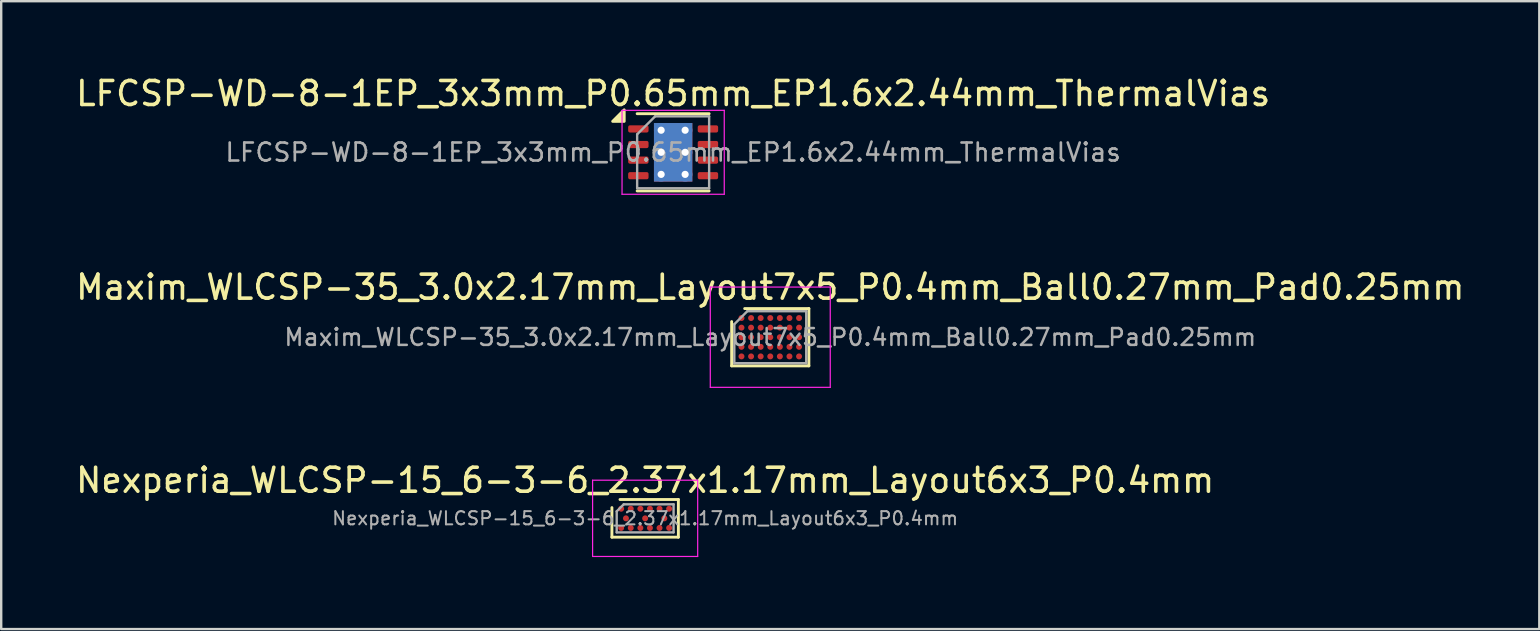
<source format=kicad_pcb>
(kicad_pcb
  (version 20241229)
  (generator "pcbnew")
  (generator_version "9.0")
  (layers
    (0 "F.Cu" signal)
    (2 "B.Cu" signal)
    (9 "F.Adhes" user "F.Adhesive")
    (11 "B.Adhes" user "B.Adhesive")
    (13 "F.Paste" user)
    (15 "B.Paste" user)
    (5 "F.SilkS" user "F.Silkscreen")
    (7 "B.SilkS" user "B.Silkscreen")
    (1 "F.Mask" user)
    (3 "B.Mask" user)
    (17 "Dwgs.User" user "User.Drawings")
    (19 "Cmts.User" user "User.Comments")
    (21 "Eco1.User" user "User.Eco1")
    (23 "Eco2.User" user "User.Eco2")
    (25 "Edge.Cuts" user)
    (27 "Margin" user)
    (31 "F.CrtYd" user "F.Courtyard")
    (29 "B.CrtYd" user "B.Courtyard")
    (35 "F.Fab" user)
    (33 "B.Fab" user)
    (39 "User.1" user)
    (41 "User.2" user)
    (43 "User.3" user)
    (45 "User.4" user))
  (footprint "Nexperia_WLCSP-15_6-3-6_2.37x1.17mm_Layout6x3_P0.4mm"
    (layer "F.Cu")
    (at 23.839 18.554)
    (property "Reference" "Nexperia_WLCSP-15_6-3-6_2.37x1.17mm_Layout6x3_P0.4mm" (at 0 -1.585 0) (layer "F.SilkS") (effects (font (size 1 1) (thickness 0.15))))
    (attr smd)
    (fp_line (start -1.385 0.785) (end -1.385 -0.448) (stroke (width 0.12) (type solid)) (layer "F.SilkS"))
    (fp_line (start -1.048 -0.785) (end 1.385 -0.785) (stroke (width 0.12) (type solid)) (layer "F.SilkS"))
    (fp_line (start 1.385 -0.785) (end 1.385 0.785) (stroke (width 0.12) (type solid)) (layer "F.SilkS"))
    (fp_line (start 1.385 0.785) (end -1.385 0.785) (stroke (width 0.12) (type solid)) (layer "F.SilkS"))
    (fp_line (start -2.19 -1.59) (end -2.19 1.59) (stroke (width 0.05) (type solid)) (layer "F.CrtYd"))
    (fp_line (start -2.19 1.59) (end 2.19 1.59) (stroke (width 0.05) (type solid)) (layer "F.CrtYd"))
    (fp_line (start 2.19 -1.59) (end -2.19 -1.59) (stroke (width 0.05) (type solid)) (layer "F.CrtYd"))
    (fp_line (start 2.19 1.59) (end 2.19 -1.59) (stroke (width 0.05) (type solid)) (layer "F.CrtYd"))
    (fp_line (start -1.185 -0.292) (end -0.892 -0.585) (stroke (width 0.1) (type solid)) (layer "F.Fab"))
    (fp_line (start -1.185 0.585) (end -1.185 -0.292) (stroke (width 0.1) (type solid)) (layer "F.Fab"))
    (fp_line (start -0.892 -0.585) (end 1.185 -0.585) (stroke (width 0.1) (type solid)) (layer "F.Fab"))
    (fp_line (start 1.185 -0.585) (end 1.185 0.585) (stroke (width 0.1) (type solid)) (layer "F.Fab"))
    (fp_line (start 1.185 0.585) (end -1.185 0.585) (stroke (width 0.1) (type solid)) (layer "F.Fab"))
    (fp_text user "${REFERENCE}" (at 0 0 0) (layer "F.Fab") (effects (font (size 0.55 0.55) (thickness 0.083))))
    (pad "A1" smd circle (at -1 -0.4) (size 0.25 0.25) (layers "F.Cu" "F.Mask" "F.Paste"))
    (pad "A2" smd circle (at -0.6 -0.4) (size 0.25 0.25) (layers "F.Cu" "F.Mask" "F.Paste"))
    (pad "A3" smd circle (at -0.2 -0.4) (size 0.25 0.25) (layers "F.Cu" "F.Mask" "F.Paste"))
    (pad "A4" smd circle (at 0.2 -0.4) (size 0.25 0.25) (layers "F.Cu" "F.Mask" "F.Paste"))
    (pad "A5" smd circle (at 0.6 -0.4) (size 0.25 0.25) (layers "F.Cu" "F.Mask" "F.Paste"))
    (pad "A6" smd circle (at 1 -0.4) (size 0.25 0.25) (layers "F.Cu" "F.Mask" "F.Paste"))
    (pad "B1" smd circle (at -0.8 0) (size 0.25 0.25) (layers "F.Cu" "F.Mask" "F.Paste"))
    (pad "B2" smd circle (at 0 0) (size 0.25 0.25) (layers "F.Cu" "F.Mask" "F.Paste"))
    (pad "B3" smd circle (at 0.8 0) (size 0.25 0.25) (layers "F.Cu" "F.Mask" "F.Paste"))
    (pad "C1" smd circle (at -1 0.4) (size 0.25 0.25) (layers "F.Cu" "F.Mask" "F.Paste"))
    (pad "C2" smd circle (at -0.6 0.4) (size 0.25 0.25) (layers "F.Cu" "F.Mask" "F.Paste"))
    (pad "C3" smd circle (at -0.2 0.4) (size 0.25 0.25) (layers "F.Cu" "F.Mask" "F.Paste"))
    (pad "C4" smd circle (at 0.2 0.4) (size 0.25 0.25) (layers "F.Cu" "F.Mask" "F.Paste"))
    (pad "C5" smd circle (at 0.6 0.4) (size 0.25 0.25) (layers "F.Cu" "F.Mask" "F.Paste"))
    (pad "C6" smd circle (at 1 0.4) (size 0.25 0.25) (layers "F.Cu" "F.Mask" "F.Paste")))
  (footprint "LFCSP-WD-8-1EP_3x3mm_P0.65mm_EP1.6x2.44mm_ThermalVias"
    (layer "F.Cu")
    (at 25.006 3.298)
    (property "Reference" "LFCSP-WD-8-1EP_3x3mm_P0.65mm_EP1.6x2.44mm_ThermalVias" (at 0 -2.45 0) (layer "F.SilkS") (effects (font (size 1 1) (thickness 0.15))))
    (attr smd)
    (fp_line (start -1.5 -1.61) (end 1.5 -1.61) (stroke (width 0.12) (type solid)) (layer "F.SilkS"))
    (fp_line (start -1.5 1.61) (end 1.5 1.61) (stroke (width 0.12) (type solid)) (layer "F.SilkS"))
    (fp_poly (pts (xy -2.04 -1.29) (xy -2.52 -1.29) (xy -2.04 -1.77) (xy -2.04 -1.29)) (stroke (width 0.12) (type solid)) (fill yes) (layer "F.SilkS"))
    (fp_line (start -2.13 -1.75) (end -2.13 1.75) (stroke (width 0.05) (type solid)) (layer "F.CrtYd"))
    (fp_line (start -2.13 1.75) (end 2.13 1.75) (stroke (width 0.05) (type solid)) (layer "F.CrtYd"))
    (fp_line (start 2.13 -1.75) (end -2.13 -1.75) (stroke (width 0.05) (type solid)) (layer "F.CrtYd"))
    (fp_line (start 2.13 1.75) (end 2.13 -1.75) (stroke (width 0.05) (type solid)) (layer "F.CrtYd"))
    (fp_line (start -1.5 -0.75) (end -0.75 -1.5) (stroke (width 0.1) (type solid)) (layer "F.Fab"))
    (fp_line (start -1.5 1.5) (end -1.5 -0.75) (stroke (width 0.1) (type solid)) (layer "F.Fab"))
    (fp_line (start -0.75 -1.5) (end 1.5 -1.5) (stroke (width 0.1) (type solid)) (layer "F.Fab"))
    (fp_line (start 1.5 -1.5) (end 1.5 1.5) (stroke (width 0.1) (type solid)) (layer "F.Fab"))
    (fp_line (start 1.5 1.5) (end -1.5 1.5) (stroke (width 0.1) (type solid)) (layer "F.Fab"))
    (fp_text user "${REFERENCE}" (at 0 0 0) (layer "F.Fab") (effects (font (size 0.75 0.75) (thickness 0.11))))
    (pad "" smd roundrect (at -0.4 -0.81) (size 0.64 0.66) (layers "F.Paste") (roundrect_rratio 0.25))
    (pad "" smd roundrect (at -0.4 0) (size 0.64 0.66) (layers "F.Paste") (roundrect_rratio 0.25))
    (pad "" smd roundrect (at -0.4 0.81) (size 0.64 0.66) (layers "F.Paste") (roundrect_rratio 0.25))
    (pad "" smd roundrect (at 0.4 -0.81) (size 0.64 0.66) (layers "F.Paste") (roundrect_rratio 0.25))
    (pad "" smd roundrect (at 0.4 0) (size 0.64 0.66) (layers "F.Paste") (roundrect_rratio 0.25))
    (pad "" smd roundrect (at 0.4 0.81) (size 0.64 0.66) (layers "F.Paste") (roundrect_rratio 0.25))
    (pad "1" smd roundrect (at -1.45 -0.975) (size 0.85 0.3) (layers "F.Cu" "F.Mask" "F.Paste") (roundrect_rratio 0.25))
    (pad "2" smd roundrect (at -1.45 -0.325) (size 0.85 0.3) (layers "F.Cu" "F.Mask" "F.Paste") (roundrect_rratio 0.25))
    (pad "3" smd roundrect (at -1.45 0.325) (size 0.85 0.3) (layers "F.Cu" "F.Mask" "F.Paste") (roundrect_rratio 0.25))
    (pad "4" smd roundrect (at -1.45 0.975) (size 0.85 0.3) (layers "F.Cu" "F.Mask" "F.Paste") (roundrect_rratio 0.25))
    (pad "5" smd roundrect (at 1.45 0.975) (size 0.85 0.3) (layers "F.Cu" "F.Mask" "F.Paste") (roundrect_rratio 0.25))
    (pad "6" smd roundrect (at 1.45 0.325) (size 0.85 0.3) (layers "F.Cu" "F.Mask" "F.Paste") (roundrect_rratio 0.25))
    (pad "7" smd roundrect (at 1.45 -0.325) (size 0.85 0.3) (layers "F.Cu" "F.Mask" "F.Paste") (roundrect_rratio 0.25))
    (pad "8" smd roundrect (at 1.45 -0.975) (size 0.85 0.3) (layers "F.Cu" "F.Mask" "F.Paste") (roundrect_rratio 0.25))
    (pad "9" thru_hole circle (at -0.5 -0.92) (size 0.6 0.6) (drill 0.3) (property pad_prop_heatsink) (layers "*.Cu"))
    (pad "9" thru_hole circle (at -0.5 0) (size 0.6 0.6) (drill 0.3) (property pad_prop_heatsink) (layers "*.Cu"))
    (pad "9" thru_hole circle (at -0.5 0.92) (size 0.6 0.6) (drill 0.3) (property pad_prop_heatsink) (layers "*.Cu"))
    (pad "9" smd rect (at 0 0) (size 1.6 2.44) (property pad_prop_heatsink) (layers "F.Cu" "F.Mask"))
    (pad "9" smd rect (at 0 0) (size 1.6 2.44) (property pad_prop_heatsink) (layers "B.Cu"))
    (pad "9" thru_hole circle (at 0.5 -0.92) (size 0.6 0.6) (drill 0.3) (property pad_prop_heatsink) (layers "*.Cu"))
    (pad "9" thru_hole circle (at 0.5 0) (size 0.6 0.6) (drill 0.3) (property pad_prop_heatsink) (layers "*.Cu"))
    (pad "9" thru_hole circle (at 0.5 0.92) (size 0.6 0.6) (drill 0.3) (property pad_prop_heatsink) (layers "*.Cu")))
  (footprint "Maxim_WLCSP-35_3.0x2.17mm_Layout7x5_P0.4mm_Ball0.27mm_Pad0.25mm"
    (layer "F.Cu")
    (at 29.054 11.005)
    (property "Reference" "Maxim_WLCSP-35_3.0x2.17mm_Layout7x5_P0.4mm_Ball0.27mm_Pad0.25mm" (at 0 -2.084 0) (layer "F.SilkS") (effects (font (size 1 1) (thickness 0.15))))
    (attr smd)
    (fp_line (start -1.609 1.194) (end -1.609 -0.652) (stroke (width 0.12) (type solid)) (layer "F.SilkS"))
    (fp_line (start -1.067 -1.194) (end 1.609 -1.194) (stroke (width 0.12) (type solid)) (layer "F.SilkS"))
    (fp_line (start 1.609 -1.194) (end 1.609 1.194) (stroke (width 0.12) (type solid)) (layer "F.SilkS"))
    (fp_line (start 1.609 1.194) (end -1.609 1.194) (stroke (width 0.12) (type solid)) (layer "F.SilkS"))
    (fp_line (start -2.5 -2.09) (end -2.5 2.09) (stroke (width 0.05) (type solid)) (layer "F.CrtYd"))
    (fp_line (start -2.5 2.09) (end 2.5 2.09) (stroke (width 0.05) (type solid)) (layer "F.CrtYd"))
    (fp_line (start 2.5 -2.09) (end -2.5 -2.09) (stroke (width 0.05) (type solid)) (layer "F.CrtYd"))
    (fp_line (start 2.5 2.09) (end 2.5 -2.09) (stroke (width 0.05) (type solid)) (layer "F.CrtYd"))
    (fp_line (start -1.499 -0.542) (end -0.957 -1.084) (stroke (width 0.1) (type solid)) (layer "F.Fab"))
    (fp_line (start -1.499 1.084) (end -1.499 -0.542) (stroke (width 0.1) (type solid)) (layer "F.Fab"))
    (fp_line (start -0.957 -1.084) (end 1.499 -1.084) (stroke (width 0.1) (type solid)) (layer "F.Fab"))
    (fp_line (start 1.499 -1.084) (end 1.499 1.084) (stroke (width 0.1) (type solid)) (layer "F.Fab"))
    (fp_line (start 1.499 1.084) (end -1.499 1.084) (stroke (width 0.1) (type solid)) (layer "F.Fab"))
    (fp_text user "${REFERENCE}" (at 0 0 0) (layer "F.Fab") (effects (font (size 0.7 0.7) (thickness 0.105))))
    (pad "A1" smd circle (at -1.2 -0.8) (size 0.25 0.25) (layers "F.Cu" "F.Mask" "F.Paste"))
    (pad "A2" smd circle (at -0.8 -0.8) (size 0.25 0.25) (layers "F.Cu" "F.Mask" "F.Paste"))
    (pad "A3" smd circle (at -0.4 -0.8) (size 0.25 0.25) (layers "F.Cu" "F.Mask" "F.Paste"))
    (pad "A4" smd circle (at 0 -0.8) (size 0.25 0.25) (layers "F.Cu" "F.Mask" "F.Paste"))
    (pad "A5" smd circle (at 0.4 -0.8) (size 0.25 0.25) (layers "F.Cu" "F.Mask" "F.Paste"))
    (pad "A6" smd circle (at 0.8 -0.8) (size 0.25 0.25) (layers "F.Cu" "F.Mask" "F.Paste"))
    (pad "A7" smd circle (at 1.2 -0.8) (size 0.25 0.25) (layers "F.Cu" "F.Mask" "F.Paste"))
    (pad "B1" smd circle (at -1.2 -0.4) (size 0.25 0.25) (layers "F.Cu" "F.Mask" "F.Paste"))
    (pad "B2" smd circle (at -0.8 -0.4) (size 0.25 0.25) (layers "F.Cu" "F.Mask" "F.Paste"))
    (pad "B3" smd circle (at -0.4 -0.4) (size 0.25 0.25) (layers "F.Cu" "F.Mask" "F.Paste"))
    (pad "B4" smd circle (at 0 -0.4) (size 0.25 0.25) (layers "F.Cu" "F.Mask" "F.Paste"))
    (pad "B5" smd circle (at 0.4 -0.4) (size 0.25 0.25) (layers "F.Cu" "F.Mask" "F.Paste"))
    (pad "B6" smd circle (at 0.8 -0.4) (size 0.25 0.25) (layers "F.Cu" "F.Mask" "F.Paste"))
    (pad "B7" smd circle (at 1.2 -0.4) (size 0.25 0.25) (layers "F.Cu" "F.Mask" "F.Paste"))
    (pad "C1" smd circle (at -1.2 0) (size 0.25 0.25) (layers "F.Cu" "F.Mask" "F.Paste"))
    (pad "C2" smd circle (at -0.8 0) (size 0.25 0.25) (layers "F.Cu" "F.Mask" "F.Paste"))
    (pad "C3" smd circle (at -0.4 0) (size 0.25 0.25) (layers "F.Cu" "F.Mask" "F.Paste"))
    (pad "C4" smd circle (at 0 0) (size 0.25 0.25) (layers "F.Cu" "F.Mask" "F.Paste"))
    (pad "C5" smd circle (at 0.4 0) (size 0.25 0.25) (layers "F.Cu" "F.Mask" "F.Paste"))
    (pad "C6" smd circle (at 0.8 0) (size 0.25 0.25) (layers "F.Cu" "F.Mask" "F.Paste"))
    (pad "C7" smd circle (at 1.2 0) (size 0.25 0.25) (layers "F.Cu" "F.Mask" "F.Paste"))
    (pad "D1" smd circle (at -1.2 0.4) (size 0.25 0.25) (layers "F.Cu" "F.Mask" "F.Paste"))
    (pad "D2" smd circle (at -0.8 0.4) (size 0.25 0.25) (layers "F.Cu" "F.Mask" "F.Paste"))
    (pad "D3" smd circle (at -0.4 0.4) (size 0.25 0.25) (layers "F.Cu" "F.Mask" "F.Paste"))
    (pad "D4" smd circle (at 0 0.4) (size 0.25 0.25) (layers "F.Cu" "F.Mask" "F.Paste"))
    (pad "D5" smd circle (at 0.4 0.4) (size 0.25 0.25) (layers "F.Cu" "F.Mask" "F.Paste"))
    (pad "D6" smd circle (at 0.8 0.4) (size 0.25 0.25) (layers "F.Cu" "F.Mask" "F.Paste"))
    (pad "D7" smd circle (at 1.2 0.4) (size 0.25 0.25) (layers "F.Cu" "F.Mask" "F.Paste"))
    (pad "E1" smd circle (at -1.2 0.8) (size 0.25 0.25) (layers "F.Cu" "F.Mask" "F.Paste"))
    (pad "E2" smd circle (at -0.8 0.8) (size 0.25 0.25) (layers "F.Cu" "F.Mask" "F.Paste"))
    (pad "E3" smd circle (at -0.4 0.8) (size 0.25 0.25) (layers "F.Cu" "F.Mask" "F.Paste"))
    (pad "E4" smd circle (at 0 0.8) (size 0.25 0.25) (layers "F.Cu" "F.Mask" "F.Paste"))
    (pad "E5" smd circle (at 0.4 0.8) (size 0.25 0.25) (layers "F.Cu" "F.Mask" "F.Paste"))
    (pad "E6" smd circle (at 0.8 0.8) (size 0.25 0.25) (layers "F.Cu" "F.Mask" "F.Paste"))
    (pad "E7" smd circle (at 1.2 0.8) (size 0.25 0.25) (layers "F.Cu" "F.Mask" "F.Paste")))
  (gr_rect
    (start -3 -3)
    (end 61.107 23.169)
    (stroke (width 0.1) (type default))
    (fill no)
    (layer "Edge.Cuts")))
</source>
